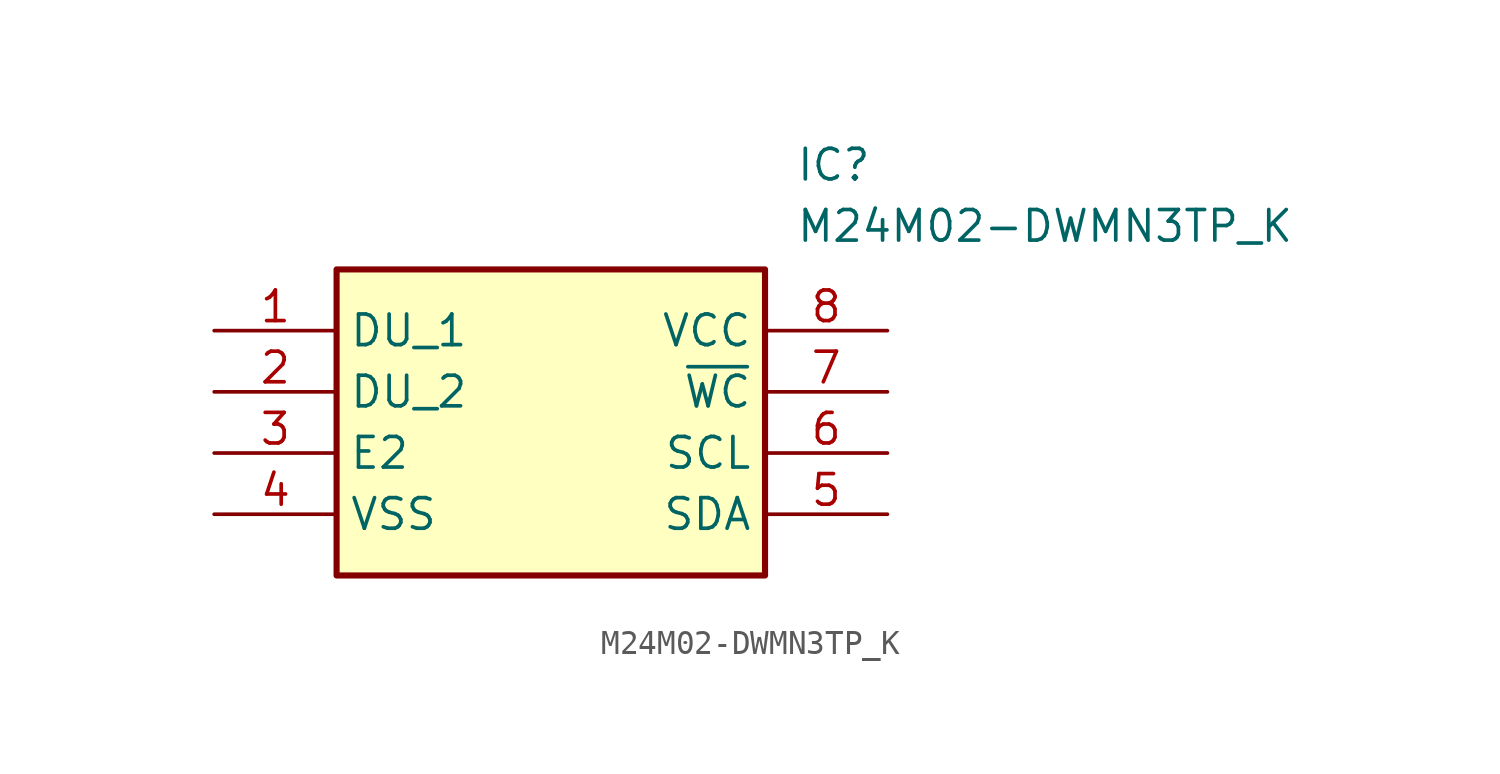
<source format=kicad_sym>
(kicad_symbol_lib
  (version 20211014)
  (generator SamacSys_ECAD_Model)
  (symbol "M24M02-DWMN3TP_K"
    (property "Reference" "IC"
      (at 24.13 7.62 0)
      (effects (font (size 1.27 1.27)) (justify left top)))
    (property "Value" "M24M02-DWMN3TP_K"
      (at 24.13 5.08 0)
      (effects (font (size 1.27 1.27)) (justify left top)))
    (rectangle
      (start 5.08 2.54)
      (end 22.86 -10.16)
      (stroke (width 0.254) (type default))
      (fill (type background)))
    (pin passive line
      (at 0 0 0)
      (length 5.08)
      (name "DU_1" (effects (font (size 1.27 1.27))))
      (number "1" (effects (font (size 1.27 1.27)))))
    (pin passive line
      (at 0 -2.54 0)
      (length 5.08)
      (name "DU_2" (effects (font (size 1.27 1.27))))
      (number "2" (effects (font (size 1.27 1.27)))))
    (pin passive line
      (at 0 -5.08 0)
      (length 5.08)
      (name "E2" (effects (font (size 1.27 1.27))))
      (number "3" (effects (font (size 1.27 1.27)))))
    (pin passive line
      (at 0 -7.62 0)
      (length 5.08)
      (name "VSS" (effects (font (size 1.27 1.27))))
      (number "4" (effects (font (size 1.27 1.27)))))
    (pin passive line
      (at 27.94 0 180)
      (length 5.08)
      (name "VCC" (effects (font (size 1.27 1.27))))
      (number "8" (effects (font (size 1.27 1.27)))))
    (pin passive line
      (at 27.94 -2.54 180)
      (length 5.08)
      (name "~{WC}" (effects (font (size 1.27 1.27))))
      (number "7" (effects (font (size 1.27 1.27)))))
    (pin passive line
      (at 27.94 -5.08 180)
      (length 5.08)
      (name "SCL" (effects (font (size 1.27 1.27))))
      (number "6" (effects (font (size 1.27 1.27)))))
    (pin passive line
      (at 27.94 -7.62 180)
      (length 5.08)
      (name "SDA" (effects (font (size 1.27 1.27))))
      (number "5" (effects (font (size 1.27 1.27)))))))
</source>
